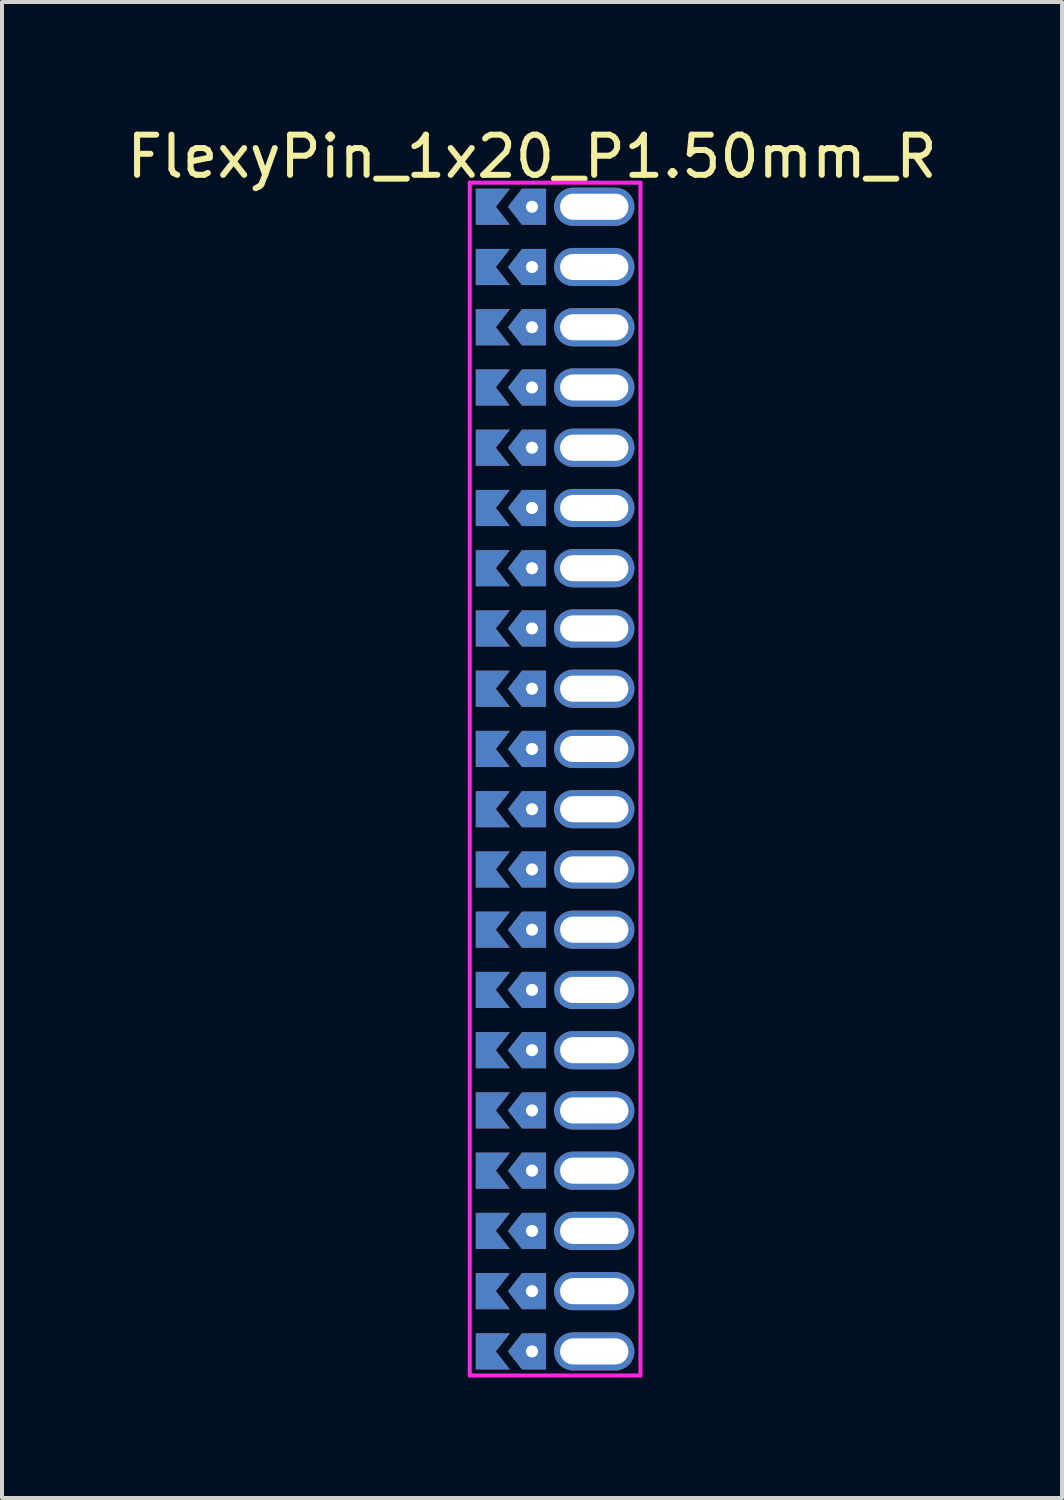
<source format=kicad_pcb>
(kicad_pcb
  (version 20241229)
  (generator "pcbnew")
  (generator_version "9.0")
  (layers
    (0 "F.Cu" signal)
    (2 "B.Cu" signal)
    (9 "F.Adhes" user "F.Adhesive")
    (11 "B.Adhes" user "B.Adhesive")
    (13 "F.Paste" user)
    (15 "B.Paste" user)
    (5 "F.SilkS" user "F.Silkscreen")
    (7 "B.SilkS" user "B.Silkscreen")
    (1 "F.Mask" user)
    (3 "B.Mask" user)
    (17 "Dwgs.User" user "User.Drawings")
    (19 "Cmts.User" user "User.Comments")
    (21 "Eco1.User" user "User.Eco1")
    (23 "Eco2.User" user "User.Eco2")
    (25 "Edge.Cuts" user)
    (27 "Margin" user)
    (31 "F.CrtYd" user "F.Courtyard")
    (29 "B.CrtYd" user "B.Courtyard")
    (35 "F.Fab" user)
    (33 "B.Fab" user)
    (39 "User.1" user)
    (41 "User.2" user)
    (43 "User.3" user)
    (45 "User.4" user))
  (footprint "FlexyPin_1x20_P1.50mm_R"
    (layer "F.Cu")
    (at 10.196 2.098)
    (property "Reference" "FlexyPin_1x20_P1.50mm_R" (at 0 -1.25 0) (layer "F.SilkS") (effects (font (size 1 1) (thickness 0.15))))
    (attr through_hole)
    (fp_line (start -1.55 -0.6) (end 2.7 -0.6) (stroke (width 0.1) (type solid)) (layer "F.CrtYd"))
    (fp_line (start -1.55 29.1) (end -1.55 -0.6) (stroke (width 0.1) (type solid)) (layer "F.CrtYd"))
    (fp_line (start 2.7 -0.6) (end 2.7 29.1) (stroke (width 0.1) (type solid)) (layer "F.CrtYd"))
    (fp_line (start 2.7 29.1) (end -1.55 29.1) (stroke (width 0.1) (type solid)) (layer "F.CrtYd"))
    (pad "" thru_hole custom (at 0 0) (size 0.3 0.3) (drill 0.6) (layers "*.Cu" "*.Mask") (options (anchor rect)) (primitives (gr_poly (pts (xy 0.35 0.45) (xy 0.35 -0.45) (xy -0.25 -0.45) (xy -0.6 0) (xy -0.25 0.45)) (width 0) (fill yes))))
    (pad "" thru_hole custom (at 0 1.5) (size 0.3 0.3) (drill 0.6) (layers "*.Cu" "*.Mask") (options (anchor rect)) (primitives (gr_poly (pts (xy 0.35 0.45) (xy 0.35 -0.45) (xy -0.25 -0.45) (xy -0.6 0) (xy -0.25 0.45)) (width 0) (fill yes))))
    (pad "" thru_hole custom (at 0 3) (size 0.3 0.3) (drill 0.6) (layers "*.Cu" "*.Mask") (options (anchor rect)) (primitives (gr_poly (pts (xy 0.35 0.45) (xy 0.35 -0.45) (xy -0.25 -0.45) (xy -0.6 0) (xy -0.25 0.45)) (width 0) (fill yes))))
    (pad "" thru_hole custom (at 0 4.5) (size 0.3 0.3) (drill 0.6) (layers "*.Cu" "*.Mask") (options (anchor rect)) (primitives (gr_poly (pts (xy 0.35 0.45) (xy 0.35 -0.45) (xy -0.25 -0.45) (xy -0.6 0) (xy -0.25 0.45)) (width 0) (fill yes))))
    (pad "" thru_hole custom (at 0 6) (size 0.3 0.3) (drill 0.6) (layers "*.Cu" "*.Mask") (options (anchor rect)) (primitives (gr_poly (pts (xy 0.35 0.45) (xy 0.35 -0.45) (xy -0.25 -0.45) (xy -0.6 0) (xy -0.25 0.45)) (width 0) (fill yes))))
    (pad "" thru_hole custom (at 0 7.5) (size 0.3 0.3) (drill 0.6) (layers "*.Cu" "*.Mask") (options (anchor rect)) (primitives (gr_poly (pts (xy 0.35 0.45) (xy 0.35 -0.45) (xy -0.25 -0.45) (xy -0.6 0) (xy -0.25 0.45)) (width 0) (fill yes))))
    (pad "" thru_hole custom (at 0 9) (size 0.3 0.3) (drill 0.6) (layers "*.Cu" "*.Mask") (options (anchor rect)) (primitives (gr_poly (pts (xy 0.35 0.45) (xy 0.35 -0.45) (xy -0.25 -0.45) (xy -0.6 0) (xy -0.25 0.45)) (width 0) (fill yes))))
    (pad "" thru_hole custom (at 0 10.5) (size 0.3 0.3) (drill 0.6) (layers "*.Cu" "*.Mask") (options (anchor rect)) (primitives (gr_poly (pts (xy 0.35 0.45) (xy 0.35 -0.45) (xy -0.25 -0.45) (xy -0.6 0) (xy -0.25 0.45)) (width 0) (fill yes))))
    (pad "" thru_hole custom (at 0 12) (size 0.3 0.3) (drill 0.6) (layers "*.Cu" "*.Mask") (options (anchor rect)) (primitives (gr_poly (pts (xy 0.35 0.45) (xy 0.35 -0.45) (xy -0.25 -0.45) (xy -0.6 0) (xy -0.25 0.45)) (width 0) (fill yes))))
    (pad "" thru_hole custom (at 0 13.5) (size 0.3 0.3) (drill 0.6) (layers "*.Cu" "*.Mask") (options (anchor rect)) (primitives (gr_poly (pts (xy 0.35 0.45) (xy 0.35 -0.45) (xy -0.25 -0.45) (xy -0.6 0) (xy -0.25 0.45)) (width 0) (fill yes))))
    (pad "" thru_hole custom (at 0 15) (size 0.3 0.3) (drill 0.6) (layers "*.Cu" "*.Mask") (options (anchor rect)) (primitives (gr_poly (pts (xy 0.35 0.45) (xy 0.35 -0.45) (xy -0.25 -0.45) (xy -0.6 0) (xy -0.25 0.45)) (width 0) (fill yes))))
    (pad "" thru_hole custom (at 0 16.5) (size 0.3 0.3) (drill 0.6) (layers "*.Cu" "*.Mask") (options (anchor rect)) (primitives (gr_poly (pts (xy 0.35 0.45) (xy 0.35 -0.45) (xy -0.25 -0.45) (xy -0.6 0) (xy -0.25 0.45)) (width 0) (fill yes))))
    (pad "" thru_hole custom (at 0 18) (size 0.3 0.3) (drill 0.6) (layers "*.Cu" "*.Mask") (options (anchor rect)) (primitives (gr_poly (pts (xy 0.35 0.45) (xy 0.35 -0.45) (xy -0.25 -0.45) (xy -0.6 0) (xy -0.25 0.45)) (width 0) (fill yes))))
    (pad "" thru_hole custom (at 0 19.5) (size 0.3 0.3) (drill 0.6) (layers "*.Cu" "*.Mask") (options (anchor rect)) (primitives (gr_poly (pts (xy 0.35 0.45) (xy 0.35 -0.45) (xy -0.25 -0.45) (xy -0.6 0) (xy -0.25 0.45)) (width 0) (fill yes))))
    (pad "" thru_hole custom (at 0 21) (size 0.3 0.3) (drill 0.6) (layers "*.Cu" "*.Mask") (options (anchor rect)) (primitives (gr_poly (pts (xy 0.35 0.45) (xy 0.35 -0.45) (xy -0.25 -0.45) (xy -0.6 0) (xy -0.25 0.45)) (width 0) (fill yes))))
    (pad "" thru_hole custom (at 0 22.5) (size 0.3 0.3) (drill 0.6) (layers "*.Cu" "*.Mask") (options (anchor rect)) (primitives (gr_poly (pts (xy 0.35 0.45) (xy 0.35 -0.45) (xy -0.25 -0.45) (xy -0.6 0) (xy -0.25 0.45)) (width 0) (fill yes))))
    (pad "" thru_hole custom (at 0 24) (size 0.3 0.3) (drill 0.6) (layers "*.Cu" "*.Mask") (options (anchor rect)) (primitives (gr_poly (pts (xy 0.35 0.45) (xy 0.35 -0.45) (xy -0.25 -0.45) (xy -0.6 0) (xy -0.25 0.45)) (width 0) (fill yes))))
    (pad "" thru_hole custom (at 0 25.5) (size 0.3 0.3) (drill 0.6) (layers "*.Cu" "*.Mask") (options (anchor rect)) (primitives (gr_poly (pts (xy 0.35 0.45) (xy 0.35 -0.45) (xy -0.25 -0.45) (xy -0.6 0) (xy -0.25 0.45)) (width 0) (fill yes))))
    (pad "" thru_hole custom (at 0 27) (size 0.3 0.3) (drill 0.6) (layers "*.Cu" "*.Mask") (options (anchor rect)) (primitives (gr_poly (pts (xy 0.35 0.45) (xy 0.35 -0.45) (xy -0.25 -0.45) (xy -0.6 0) (xy -0.25 0.45)) (width 0) (fill yes))))
    (pad "" thru_hole custom (at 0 28.5) (size 0.3 0.3) (drill 0.6) (layers "*.Cu" "*.Mask") (options (anchor rect)) (primitives (gr_poly (pts (xy 0.35 0.45) (xy 0.35 -0.45) (xy -0.25 -0.45) (xy -0.6 0) (xy -0.25 0.45)) (width 0) (fill yes))))
    (pad "" thru_hole oval (at 1.55 0) (size 2 0.95) (drill oval 1.7 0.65) (layers "*.Cu" "*.Mask"))
    (pad "" thru_hole oval (at 1.55 1.5) (size 2 0.95) (drill oval 1.7 0.65) (layers "*.Cu" "*.Mask"))
    (pad "" thru_hole oval (at 1.55 3) (size 2 0.95) (drill oval 1.7 0.65) (layers "*.Cu" "*.Mask"))
    (pad "" thru_hole oval (at 1.55 4.5) (size 2 0.95) (drill oval 1.7 0.65) (layers "*.Cu" "*.Mask"))
    (pad "" thru_hole oval (at 1.55 6) (size 2 0.95) (drill oval 1.7 0.65) (layers "*.Cu" "*.Mask"))
    (pad "" thru_hole oval (at 1.55 7.5) (size 2 0.95) (drill oval 1.7 0.65) (layers "*.Cu" "*.Mask"))
    (pad "" thru_hole oval (at 1.55 9) (size 2 0.95) (drill oval 1.7 0.65) (layers "*.Cu" "*.Mask"))
    (pad "" thru_hole oval (at 1.55 10.5) (size 2 0.95) (drill oval 1.7 0.65) (layers "*.Cu" "*.Mask"))
    (pad "" thru_hole oval (at 1.55 12) (size 2 0.95) (drill oval 1.7 0.65) (layers "*.Cu" "*.Mask"))
    (pad "" thru_hole oval (at 1.55 13.5) (size 2 0.95) (drill oval 1.7 0.65) (layers "*.Cu" "*.Mask"))
    (pad "" thru_hole oval (at 1.55 15) (size 2 0.95) (drill oval 1.7 0.65) (layers "*.Cu" "*.Mask"))
    (pad "" thru_hole oval (at 1.55 16.5) (size 2 0.95) (drill oval 1.7 0.65) (layers "*.Cu" "*.Mask"))
    (pad "" thru_hole oval (at 1.55 18) (size 2 0.95) (drill oval 1.7 0.65) (layers "*.Cu" "*.Mask"))
    (pad "" thru_hole oval (at 1.55 19.5) (size 2 0.95) (drill oval 1.7 0.65) (layers "*.Cu" "*.Mask"))
    (pad "" thru_hole oval (at 1.55 21) (size 2 0.95) (drill oval 1.7 0.65) (layers "*.Cu" "*.Mask"))
    (pad "" thru_hole oval (at 1.55 22.5) (size 2 0.95) (drill oval 1.7 0.65) (layers "*.Cu" "*.Mask"))
    (pad "" thru_hole oval (at 1.55 24) (size 2 0.95) (drill oval 1.7 0.65) (layers "*.Cu" "*.Mask"))
    (pad "" thru_hole oval (at 1.55 25.5) (size 2 0.95) (drill oval 1.7 0.65) (layers "*.Cu" "*.Mask"))
    (pad "" thru_hole oval (at 1.55 27) (size 2 0.95) (drill oval 1.7 0.65) (layers "*.Cu" "*.Mask"))
    (pad "" thru_hole oval (at 1.55 28.5) (size 2 0.95) (drill oval 1.7 0.65) (layers "*.Cu" "*.Mask"))
    (pad "1" smd custom (at -0.9 0) (size 0.01 0.01) (layers "F.Cu" "F.Mask") (options (anchor rect)) (primitives (gr_poly (pts (xy 0 0) (xy 0.35 0.45) (xy -0.5 0.45) (xy -0.5 -0.45) (xy 0.35 -0.45)) (width 0) (fill yes))))
    (pad "2" smd custom (at -0.9 1.5) (size 0.01 0.01) (layers "F.Cu" "F.Mask") (options (anchor rect)) (primitives (gr_poly (pts (xy 0 0) (xy 0.35 0.45) (xy -0.5 0.45) (xy -0.5 -0.45) (xy 0.35 -0.45)) (width 0) (fill yes))))
    (pad "3" smd custom (at -0.9 3) (size 0.01 0.01) (layers "F.Cu" "F.Mask") (options (anchor rect)) (primitives (gr_poly (pts (xy 0 0) (xy 0.35 0.45) (xy -0.5 0.45) (xy -0.5 -0.45) (xy 0.35 -0.45)) (width 0) (fill yes))))
    (pad "4" smd custom (at -0.9 4.5) (size 0.01 0.01) (layers "F.Cu" "F.Mask") (options (anchor rect)) (primitives (gr_poly (pts (xy 0 0) (xy 0.35 0.45) (xy -0.5 0.45) (xy -0.5 -0.45) (xy 0.35 -0.45)) (width 0) (fill yes))))
    (pad "5" smd custom (at -0.9 6) (size 0.01 0.01) (layers "F.Cu" "F.Mask") (options (anchor rect)) (primitives (gr_poly (pts (xy 0 0) (xy 0.35 0.45) (xy -0.5 0.45) (xy -0.5 -0.45) (xy 0.35 -0.45)) (width 0) (fill yes))))
    (pad "6" smd custom (at -0.9 7.5) (size 0.01 0.01) (layers "F.Cu" "F.Mask") (options (anchor rect)) (primitives (gr_poly (pts (xy 0 0) (xy 0.35 0.45) (xy -0.5 0.45) (xy -0.5 -0.45) (xy 0.35 -0.45)) (width 0) (fill yes))))
    (pad "7" smd custom (at -0.9 9) (size 0.01 0.01) (layers "F.Cu" "F.Mask") (options (anchor rect)) (primitives (gr_poly (pts (xy 0 0) (xy 0.35 0.45) (xy -0.5 0.45) (xy -0.5 -0.45) (xy 0.35 -0.45)) (width 0) (fill yes))))
    (pad "8" smd custom (at -0.9 10.5) (size 0.01 0.01) (layers "F.Cu" "F.Mask") (options (anchor rect)) (primitives (gr_poly (pts (xy 0 0) (xy 0.35 0.45) (xy -0.5 0.45) (xy -0.5 -0.45) (xy 0.35 -0.45)) (width 0) (fill yes))))
    (pad "9" smd custom (at -0.9 12) (size 0.01 0.01) (layers "F.Cu" "F.Mask") (options (anchor rect)) (primitives (gr_poly (pts (xy 0 0) (xy 0.35 0.45) (xy -0.5 0.45) (xy -0.5 -0.45) (xy 0.35 -0.45)) (width 0) (fill yes))))
    (pad "10" smd custom (at -0.9 13.5) (size 0.01 0.01) (layers "F.Cu" "F.Mask") (options (anchor rect)) (primitives (gr_poly (pts (xy 0 0) (xy 0.35 0.45) (xy -0.5 0.45) (xy -0.5 -0.45) (xy 0.35 -0.45)) (width 0) (fill yes))))
    (pad "11" smd custom (at -0.9 15) (size 0.01 0.01) (layers "F.Cu" "F.Mask") (options (anchor rect)) (primitives (gr_poly (pts (xy 0 0) (xy 0.35 0.45) (xy -0.5 0.45) (xy -0.5 -0.45) (xy 0.35 -0.45)) (width 0) (fill yes))))
    (pad "12" smd custom (at -0.9 16.5) (size 0.01 0.01) (layers "F.Cu" "F.Mask") (options (anchor rect)) (primitives (gr_poly (pts (xy 0 0) (xy 0.35 0.45) (xy -0.5 0.45) (xy -0.5 -0.45) (xy 0.35 -0.45)) (width 0) (fill yes))))
    (pad "13" smd custom (at -0.9 18) (size 0.01 0.01) (layers "F.Cu" "F.Mask") (options (anchor rect)) (primitives (gr_poly (pts (xy 0 0) (xy 0.35 0.45) (xy -0.5 0.45) (xy -0.5 -0.45) (xy 0.35 -0.45)) (width 0) (fill yes))))
    (pad "14" smd custom (at -0.9 19.5) (size 0.01 0.01) (layers "F.Cu" "F.Mask") (options (anchor rect)) (primitives (gr_poly (pts (xy 0 0) (xy 0.35 0.45) (xy -0.5 0.45) (xy -0.5 -0.45) (xy 0.35 -0.45)) (width 0) (fill yes))))
    (pad "15" smd custom (at -0.9 21) (size 0.01 0.01) (layers "F.Cu" "F.Mask") (options (anchor rect)) (primitives (gr_poly (pts (xy 0 0) (xy 0.35 0.45) (xy -0.5 0.45) (xy -0.5 -0.45) (xy 0.35 -0.45)) (width 0) (fill yes))))
    (pad "16" smd custom (at -0.9 22.5) (size 0.01 0.01) (layers "F.Cu" "F.Mask") (options (anchor rect)) (primitives (gr_poly (pts (xy 0 0) (xy 0.35 0.45) (xy -0.5 0.45) (xy -0.5 -0.45) (xy 0.35 -0.45)) (width 0) (fill yes))))
    (pad "17" smd custom (at -0.9 24) (size 0.01 0.01) (layers "F.Cu" "F.Mask") (options (anchor rect)) (primitives (gr_poly (pts (xy 0 0) (xy 0.35 0.45) (xy -0.5 0.45) (xy -0.5 -0.45) (xy 0.35 -0.45)) (width 0) (fill yes))))
    (pad "18" smd custom (at -0.9 25.5) (size 0.01 0.01) (layers "F.Cu" "F.Mask") (options (anchor rect)) (primitives (gr_poly (pts (xy 0 0) (xy 0.35 0.45) (xy -0.5 0.45) (xy -0.5 -0.45) (xy 0.35 -0.45)) (width 0) (fill yes))))
    (pad "19" smd custom (at -0.9 27) (size 0.01 0.01) (layers "F.Cu" "F.Mask") (options (anchor rect)) (primitives (gr_poly (pts (xy 0 0) (xy 0.35 0.45) (xy -0.5 0.45) (xy -0.5 -0.45) (xy 0.35 -0.45)) (width 0) (fill yes))))
    (pad "20" smd custom (at -0.9 28.5) (size 0.01 0.01) (layers "F.Cu" "F.Mask") (options (anchor rect)) (primitives (gr_poly (pts (xy 0 0) (xy 0.35 0.45) (xy -0.5 0.45) (xy -0.5 -0.45) (xy 0.35 -0.45)) (width 0) (fill yes))))
    (pad "21" smd custom (at -0.9 0) (size 0.01 0.01) (layers "B.Cu" "B.Mask") (options (anchor rect)) (primitives (gr_poly (pts (xy 0 0) (xy 0.35 0.45) (xy -0.5 0.45) (xy -0.5 -0.45) (xy 0.35 -0.45)) (width 0) (fill yes))))
    (pad "22" smd custom (at -0.9 1.5) (size 0.01 0.01) (layers "B.Cu" "B.Mask") (options (anchor rect)) (primitives (gr_poly (pts (xy 0 0) (xy 0.35 0.45) (xy -0.5 0.45) (xy -0.5 -0.45) (xy 0.35 -0.45)) (width 0) (fill yes))))
    (pad "23" smd custom (at -0.9 3) (size 0.01 0.01) (layers "B.Cu" "B.Mask") (options (anchor rect)) (primitives (gr_poly (pts (xy 0 0) (xy 0.35 0.45) (xy -0.5 0.45) (xy -0.5 -0.45) (xy 0.35 -0.45)) (width 0) (fill yes))))
    (pad "24" smd custom (at -0.9 4.5) (size 0.01 0.01) (layers "B.Cu" "B.Mask") (options (anchor rect)) (primitives (gr_poly (pts (xy 0 0) (xy 0.35 0.45) (xy -0.5 0.45) (xy -0.5 -0.45) (xy 0.35 -0.45)) (width 0) (fill yes))))
    (pad "25" smd custom (at -0.9 6) (size 0.01 0.01) (layers "B.Cu" "B.Mask") (options (anchor rect)) (primitives (gr_poly (pts (xy 0 0) (xy 0.35 0.45) (xy -0.5 0.45) (xy -0.5 -0.45) (xy 0.35 -0.45)) (width 0) (fill yes))))
    (pad "26" smd custom (at -0.9 7.5) (size 0.01 0.01) (layers "B.Cu" "B.Mask") (options (anchor rect)) (primitives (gr_poly (pts (xy 0 0) (xy 0.35 0.45) (xy -0.5 0.45) (xy -0.5 -0.45) (xy 0.35 -0.45)) (width 0) (fill yes))))
    (pad "27" smd custom (at -0.9 9) (size 0.01 0.01) (layers "B.Cu" "B.Mask") (options (anchor rect)) (primitives (gr_poly (pts (xy 0 0) (xy 0.35 0.45) (xy -0.5 0.45) (xy -0.5 -0.45) (xy 0.35 -0.45)) (width 0) (fill yes))))
    (pad "28" smd custom (at -0.9 10.5) (size 0.01 0.01) (layers "B.Cu" "B.Mask") (options (anchor rect)) (primitives (gr_poly (pts (xy 0 0) (xy 0.35 0.45) (xy -0.5 0.45) (xy -0.5 -0.45) (xy 0.35 -0.45)) (width 0) (fill yes))))
    (pad "29" smd custom (at -0.9 12) (size 0.01 0.01) (layers "B.Cu" "B.Mask") (options (anchor rect)) (primitives (gr_poly (pts (xy 0 0) (xy 0.35 0.45) (xy -0.5 0.45) (xy -0.5 -0.45) (xy 0.35 -0.45)) (width 0) (fill yes))))
    (pad "30" smd custom (at -0.9 13.5) (size 0.01 0.01) (layers "B.Cu" "B.Mask") (options (anchor rect)) (primitives (gr_poly (pts (xy 0 0) (xy 0.35 0.45) (xy -0.5 0.45) (xy -0.5 -0.45) (xy 0.35 -0.45)) (width 0) (fill yes))))
    (pad "31" smd custom (at -0.9 15) (size 0.01 0.01) (layers "B.Cu" "B.Mask") (options (anchor rect)) (primitives (gr_poly (pts (xy 0 0) (xy 0.35 0.45) (xy -0.5 0.45) (xy -0.5 -0.45) (xy 0.35 -0.45)) (width 0) (fill yes))))
    (pad "32" smd custom (at -0.9 16.5) (size 0.01 0.01) (layers "B.Cu" "B.Mask") (options (anchor rect)) (primitives (gr_poly (pts (xy 0 0) (xy 0.35 0.45) (xy -0.5 0.45) (xy -0.5 -0.45) (xy 0.35 -0.45)) (width 0) (fill yes))))
    (pad "33" smd custom (at -0.9 18) (size 0.01 0.01) (layers "B.Cu" "B.Mask") (options (anchor rect)) (primitives (gr_poly (pts (xy 0 0) (xy 0.35 0.45) (xy -0.5 0.45) (xy -0.5 -0.45) (xy 0.35 -0.45)) (width 0) (fill yes))))
    (pad "34" smd custom (at -0.9 19.5) (size 0.01 0.01) (layers "B.Cu" "B.Mask") (options (anchor rect)) (primitives (gr_poly (pts (xy 0 0) (xy 0.35 0.45) (xy -0.5 0.45) (xy -0.5 -0.45) (xy 0.35 -0.45)) (width 0) (fill yes))))
    (pad "35" smd custom (at -0.9 21) (size 0.01 0.01) (layers "B.Cu" "B.Mask") (options (anchor rect)) (primitives (gr_poly (pts (xy 0 0) (xy 0.35 0.45) (xy -0.5 0.45) (xy -0.5 -0.45) (xy 0.35 -0.45)) (width 0) (fill yes))))
    (pad "36" smd custom (at -0.9 22.5) (size 0.01 0.01) (layers "B.Cu" "B.Mask") (options (anchor rect)) (primitives (gr_poly (pts (xy 0 0) (xy 0.35 0.45) (xy -0.5 0.45) (xy -0.5 -0.45) (xy 0.35 -0.45)) (width 0) (fill yes))))
    (pad "37" smd custom (at -0.9 24) (size 0.01 0.01) (layers "B.Cu" "B.Mask") (options (anchor rect)) (primitives (gr_poly (pts (xy 0 0) (xy 0.35 0.45) (xy -0.5 0.45) (xy -0.5 -0.45) (xy 0.35 -0.45)) (width 0) (fill yes))))
    (pad "38" smd custom (at -0.9 25.5) (size 0.01 0.01) (layers "B.Cu" "B.Mask") (options (anchor rect)) (primitives (gr_poly (pts (xy 0 0) (xy 0.35 0.45) (xy -0.5 0.45) (xy -0.5 -0.45) (xy 0.35 -0.45)) (width 0) (fill yes))))
    (pad "39" smd custom (at -0.9 27) (size 0.01 0.01) (layers "B.Cu" "B.Mask") (options (anchor rect)) (primitives (gr_poly (pts (xy 0 0) (xy 0.35 0.45) (xy -0.5 0.45) (xy -0.5 -0.45) (xy 0.35 -0.45)) (width 0) (fill yes))))
    (pad "40" smd custom (at -0.9 28.5) (size 0.01 0.01) (layers "B.Cu" "B.Mask") (options (anchor rect)) (primitives (gr_poly (pts (xy 0 0) (xy 0.35 0.45) (xy -0.5 0.45) (xy -0.5 -0.45) (xy 0.35 -0.45)) (width 0) (fill yes)))))
  (gr_rect
    (start -3 -3)
    (end 23.393 34.248)
    (stroke (width 0.1) (type default))
    (fill no)
    (layer "Edge.Cuts")))
</source>
